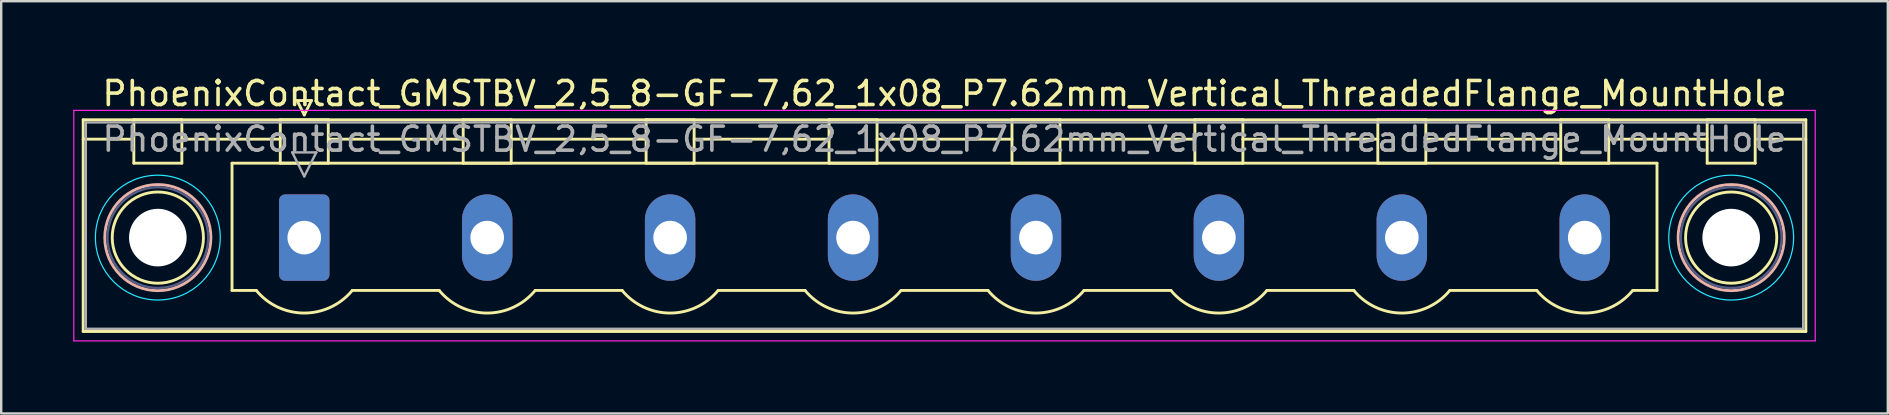
<source format=kicad_pcb>
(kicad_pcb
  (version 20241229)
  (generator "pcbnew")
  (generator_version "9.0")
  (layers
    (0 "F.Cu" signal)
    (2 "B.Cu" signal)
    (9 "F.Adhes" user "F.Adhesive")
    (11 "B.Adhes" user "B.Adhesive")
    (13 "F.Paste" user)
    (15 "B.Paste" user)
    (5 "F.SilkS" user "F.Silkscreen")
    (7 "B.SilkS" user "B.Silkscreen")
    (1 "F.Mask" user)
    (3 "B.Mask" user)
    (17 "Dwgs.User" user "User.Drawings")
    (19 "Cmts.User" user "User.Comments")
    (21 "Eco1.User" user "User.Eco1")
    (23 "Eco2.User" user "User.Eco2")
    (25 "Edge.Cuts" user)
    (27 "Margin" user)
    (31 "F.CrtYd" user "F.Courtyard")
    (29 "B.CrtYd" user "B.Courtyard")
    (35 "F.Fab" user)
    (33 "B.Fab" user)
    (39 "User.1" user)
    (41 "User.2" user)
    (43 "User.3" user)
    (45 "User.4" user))
  (footprint "PhoenixContact_GMSTBV_2,5_8-GF-7,62_1x08_P7.62mm_Vertical_ThreadedFlange_MountHole"
    (layer "F.Cu")
    (at 9.625 6.848)
    (property "Reference" "PhoenixContact_GMSTBV_2,5_8-GF-7,62_1x08_P7.62mm_Vertical_ThreadedFlange_MountHole" (at 26.67 -6 0) (layer "F.SilkS") (effects (font (size 1 1) (thickness 0.15))))
    (attr through_hole)
    (fp_line (start -9.21 -4.91) (end -9.21 3.91) (stroke (width 0.12) (type solid)) (layer "F.SilkS"))
    (fp_line (start -9.21 -4.1) (end -7.21 -4.1) (stroke (width 0.12) (type solid)) (layer "F.SilkS"))
    (fp_line (start -9.21 3.91) (end 62.55 3.91) (stroke (width 0.12) (type solid)) (layer "F.SilkS"))
    (fp_line (start -7.1 -4.91) (end -5.1 -4.91) (stroke (width 0.12) (type solid)) (layer "F.SilkS"))
    (fp_line (start -7.1 -3.1) (end -7.1 -4.91) (stroke (width 0.12) (type solid)) (layer "F.SilkS"))
    (fp_line (start -5.1 -4.91) (end -5.1 -3.1) (stroke (width 0.12) (type solid)) (layer "F.SilkS"))
    (fp_line (start -5.1 -4.1) (end -1 -4.1) (stroke (width 0.12) (type solid)) (layer "F.SilkS"))
    (fp_line (start -5.1 -3.1) (end -7.1 -3.1) (stroke (width 0.12) (type solid)) (layer "F.SilkS"))
    (fp_line (start -3.01 -3.1) (end 56.35 -3.1) (stroke (width 0.12) (type solid)) (layer "F.SilkS"))
    (fp_line (start -3.01 2.2) (end -3.01 -3.1) (stroke (width 0.12) (type solid)) (layer "F.SilkS"))
    (fp_line (start -2 2.2) (end -3.01 2.2) (stroke (width 0.12) (type solid)) (layer "F.SilkS"))
    (fp_line (start -1 -4.91) (end 1 -4.91) (stroke (width 0.12) (type solid)) (layer "F.SilkS"))
    (fp_line (start -1 -3.1) (end -1 -4.91) (stroke (width 0.12) (type solid)) (layer "F.SilkS"))
    (fp_line (start -0.3 -5.71) (end 0.3 -5.71) (stroke (width 0.12) (type solid)) (layer "F.SilkS"))
    (fp_line (start 0 -5.11) (end -0.3 -5.71) (stroke (width 0.12) (type solid)) (layer "F.SilkS"))
    (fp_line (start 0.3 -5.71) (end 0 -5.11) (stroke (width 0.12) (type solid)) (layer "F.SilkS"))
    (fp_line (start 1 -4.91) (end 1 -3.1) (stroke (width 0.12) (type solid)) (layer "F.SilkS"))
    (fp_line (start 1 -4.1) (end 6.62 -4.1) (stroke (width 0.12) (type solid)) (layer "F.SilkS"))
    (fp_line (start 1 -3.1) (end -1 -3.1) (stroke (width 0.12) (type solid)) (layer "F.SilkS"))
    (fp_line (start 2 2.2) (end 5.62 2.2) (stroke (width 0.12) (type solid)) (layer "F.SilkS"))
    (fp_line (start 6.62 -4.91) (end 8.62 -4.91) (stroke (width 0.12) (type solid)) (layer "F.SilkS"))
    (fp_line (start 6.62 -3.1) (end 6.62 -4.91) (stroke (width 0.12) (type solid)) (layer "F.SilkS"))
    (fp_line (start 8.62 -4.91) (end 8.62 -3.1) (stroke (width 0.12) (type solid)) (layer "F.SilkS"))
    (fp_line (start 8.62 -4.1) (end 14.24 -4.1) (stroke (width 0.12) (type solid)) (layer "F.SilkS"))
    (fp_line (start 8.62 -3.1) (end 6.62 -3.1) (stroke (width 0.12) (type solid)) (layer "F.SilkS"))
    (fp_line (start 9.62 2.2) (end 13.24 2.2) (stroke (width 0.12) (type solid)) (layer "F.SilkS"))
    (fp_line (start 14.24 -4.91) (end 16.24 -4.91) (stroke (width 0.12) (type solid)) (layer "F.SilkS"))
    (fp_line (start 14.24 -3.1) (end 14.24 -4.91) (stroke (width 0.12) (type solid)) (layer "F.SilkS"))
    (fp_line (start 16.24 -4.91) (end 16.24 -3.1) (stroke (width 0.12) (type solid)) (layer "F.SilkS"))
    (fp_line (start 16.24 -4.1) (end 21.86 -4.1) (stroke (width 0.12) (type solid)) (layer "F.SilkS"))
    (fp_line (start 16.24 -3.1) (end 14.24 -3.1) (stroke (width 0.12) (type solid)) (layer "F.SilkS"))
    (fp_line (start 17.24 2.2) (end 20.86 2.2) (stroke (width 0.12) (type solid)) (layer "F.SilkS"))
    (fp_line (start 21.86 -4.91) (end 23.86 -4.91) (stroke (width 0.12) (type solid)) (layer "F.SilkS"))
    (fp_line (start 21.86 -3.1) (end 21.86 -4.91) (stroke (width 0.12) (type solid)) (layer "F.SilkS"))
    (fp_line (start 23.86 -4.91) (end 23.86 -3.1) (stroke (width 0.12) (type solid)) (layer "F.SilkS"))
    (fp_line (start 23.86 -4.1) (end 29.48 -4.1) (stroke (width 0.12) (type solid)) (layer "F.SilkS"))
    (fp_line (start 23.86 -3.1) (end 21.86 -3.1) (stroke (width 0.12) (type solid)) (layer "F.SilkS"))
    (fp_line (start 24.86 2.2) (end 28.48 2.2) (stroke (width 0.12) (type solid)) (layer "F.SilkS"))
    (fp_line (start 29.48 -4.91) (end 31.48 -4.91) (stroke (width 0.12) (type solid)) (layer "F.SilkS"))
    (fp_line (start 29.48 -3.1) (end 29.48 -4.91) (stroke (width 0.12) (type solid)) (layer "F.SilkS"))
    (fp_line (start 31.48 -4.91) (end 31.48 -3.1) (stroke (width 0.12) (type solid)) (layer "F.SilkS"))
    (fp_line (start 31.48 -4.1) (end 37.1 -4.1) (stroke (width 0.12) (type solid)) (layer "F.SilkS"))
    (fp_line (start 31.48 -3.1) (end 29.48 -3.1) (stroke (width 0.12) (type solid)) (layer "F.SilkS"))
    (fp_line (start 32.48 2.2) (end 36.1 2.2) (stroke (width 0.12) (type solid)) (layer "F.SilkS"))
    (fp_line (start 37.1 -4.91) (end 39.1 -4.91) (stroke (width 0.12) (type solid)) (layer "F.SilkS"))
    (fp_line (start 37.1 -3.1) (end 37.1 -4.91) (stroke (width 0.12) (type solid)) (layer "F.SilkS"))
    (fp_line (start 39.1 -4.91) (end 39.1 -3.1) (stroke (width 0.12) (type solid)) (layer "F.SilkS"))
    (fp_line (start 39.1 -4.1) (end 44.72 -4.1) (stroke (width 0.12) (type solid)) (layer "F.SilkS"))
    (fp_line (start 39.1 -3.1) (end 37.1 -3.1) (stroke (width 0.12) (type solid)) (layer "F.SilkS"))
    (fp_line (start 40.1 2.2) (end 43.72 2.2) (stroke (width 0.12) (type solid)) (layer "F.SilkS"))
    (fp_line (start 44.72 -4.91) (end 46.72 -4.91) (stroke (width 0.12) (type solid)) (layer "F.SilkS"))
    (fp_line (start 44.72 -3.1) (end 44.72 -4.91) (stroke (width 0.12) (type solid)) (layer "F.SilkS"))
    (fp_line (start 46.72 -4.91) (end 46.72 -3.1) (stroke (width 0.12) (type solid)) (layer "F.SilkS"))
    (fp_line (start 46.72 -4.1) (end 52.34 -4.1) (stroke (width 0.12) (type solid)) (layer "F.SilkS"))
    (fp_line (start 46.72 -3.1) (end 44.72 -3.1) (stroke (width 0.12) (type solid)) (layer "F.SilkS"))
    (fp_line (start 47.72 2.2) (end 51.34 2.2) (stroke (width 0.12) (type solid)) (layer "F.SilkS"))
    (fp_line (start 52.34 -4.91) (end 54.34 -4.91) (stroke (width 0.12) (type solid)) (layer "F.SilkS"))
    (fp_line (start 52.34 -3.1) (end 52.34 -4.91) (stroke (width 0.12) (type solid)) (layer "F.SilkS"))
    (fp_line (start 54.34 -4.91) (end 54.34 -3.1) (stroke (width 0.12) (type solid)) (layer "F.SilkS"))
    (fp_line (start 54.34 -4.1) (end 58.44 -4.1) (stroke (width 0.12) (type solid)) (layer "F.SilkS"))
    (fp_line (start 54.34 -3.1) (end 52.34 -3.1) (stroke (width 0.12) (type solid)) (layer "F.SilkS"))
    (fp_line (start 56.35 -3.1) (end 56.35 2.2) (stroke (width 0.12) (type solid)) (layer "F.SilkS"))
    (fp_line (start 56.35 2.2) (end 55.34 2.2) (stroke (width 0.12) (type solid)) (layer "F.SilkS"))
    (fp_line (start 58.44 -4.91) (end 60.44 -4.91) (stroke (width 0.12) (type solid)) (layer "F.SilkS"))
    (fp_line (start 58.44 -3.1) (end 58.44 -4.91) (stroke (width 0.12) (type solid)) (layer "F.SilkS"))
    (fp_line (start 60.44 -4.91) (end 60.44 -3.1) (stroke (width 0.12) (type solid)) (layer "F.SilkS"))
    (fp_line (start 60.44 -3.1) (end 58.44 -3.1) (stroke (width 0.12) (type solid)) (layer "F.SilkS"))
    (fp_line (start 62.55 -4.91) (end -9.21 -4.91) (stroke (width 0.12) (type solid)) (layer "F.SilkS"))
    (fp_line (start 62.55 -4.1) (end 60.55 -4.1) (stroke (width 0.12) (type solid)) (layer "F.SilkS"))
    (fp_line (start 62.55 3.91) (end 62.55 -4.91) (stroke (width 0.12) (type solid)) (layer "F.SilkS"))
    (fp_arc (start 1.986842 2.215821) (mid -0.010289 3.142758) (end -2 2.2) (stroke (width 0.12) (type solid)) (layer "F.SilkS"))
    (fp_arc (start 9.606842 2.215821) (mid 7.609711 3.142758) (end 5.62 2.2) (stroke (width 0.12) (type solid)) (layer "F.SilkS"))
    (fp_arc (start 17.226842 2.215821) (mid 15.229711 3.142758) (end 13.24 2.2) (stroke (width 0.12) (type solid)) (layer "F.SilkS"))
    (fp_arc (start 24.846842 2.215821) (mid 22.849711 3.142758) (end 20.86 2.2) (stroke (width 0.12) (type solid)) (layer "F.SilkS"))
    (fp_arc (start 32.466842 2.215821) (mid 30.469711 3.142758) (end 28.48 2.2) (stroke (width 0.12) (type solid)) (layer "F.SilkS"))
    (fp_arc (start 40.086842 2.215821) (mid 38.089711 3.142758) (end 36.1 2.2) (stroke (width 0.12) (type solid)) (layer "F.SilkS"))
    (fp_arc (start 47.706842 2.215821) (mid 45.709711 3.142758) (end 43.72 2.2) (stroke (width 0.12) (type solid)) (layer "F.SilkS"))
    (fp_arc (start 55.326842 2.215821) (mid 53.329711 3.142758) (end 51.34 2.2) (stroke (width 0.12) (type solid)) (layer "F.SilkS"))
    (fp_circle (center -6.1 0) (end -4.2 0) (stroke (width 0.12) (type solid)) (fill no) (layer "F.SilkS"))
    (fp_circle (center 59.44 0) (end 61.34 0) (stroke (width 0.12) (type solid)) (fill no) (layer "F.SilkS"))
    (fp_circle (center -6.1 0) (end -3.89 0) (stroke (width 0.12) (type solid)) (fill no) (layer "B.SilkS"))
    (fp_circle (center 59.44 0) (end 61.65 0) (stroke (width 0.12) (type solid)) (fill no) (layer "B.SilkS"))
    (fp_circle (center -6.1 0) (end -3.5 0) (stroke (width 0.05) (type solid)) (fill no) (layer "B.CrtYd"))
    (fp_circle (center 59.44 0) (end 62.04 0) (stroke (width 0.05) (type solid)) (fill no) (layer "B.CrtYd"))
    (fp_line (start -9.6 -5.3) (end -9.6 4.3) (stroke (width 0.05) (type solid)) (layer "F.CrtYd"))
    (fp_line (start -9.6 4.3) (end 62.94 4.3) (stroke (width 0.05) (type solid)) (layer "F.CrtYd"))
    (fp_line (start 62.94 -5.3) (end -9.6 -5.3) (stroke (width 0.05) (type solid)) (layer "F.CrtYd"))
    (fp_line (start 62.94 4.3) (end 62.94 -5.3) (stroke (width 0.05) (type solid)) (layer "F.CrtYd"))
    (fp_circle (center -6.1 0) (end -4 0) (stroke (width 0.1) (type solid)) (fill no) (layer "B.Fab"))
    (fp_circle (center 59.44 0) (end 61.54 0) (stroke (width 0.1) (type solid)) (fill no) (layer "B.Fab"))
    (fp_line (start -9.1 -4.8) (end -9.1 3.8) (stroke (width 0.1) (type solid)) (layer "F.Fab"))
    (fp_line (start -9.1 3.8) (end 62.44 3.8) (stroke (width 0.1) (type solid)) (layer "F.Fab"))
    (fp_line (start -0.5 -3.55) (end 0.5 -3.55) (stroke (width 0.1) (type solid)) (layer "F.Fab"))
    (fp_line (start 0 -2.55) (end -0.5 -3.55) (stroke (width 0.1) (type solid)) (layer "F.Fab"))
    (fp_line (start 0.5 -3.55) (end 0 -2.55) (stroke (width 0.1) (type solid)) (layer "F.Fab"))
    (fp_line (start 62.44 -4.8) (end -9.1 -4.8) (stroke (width 0.1) (type solid)) (layer "F.Fab"))
    (fp_line (start 62.44 3.8) (end 62.44 -4.8) (stroke (width 0.1) (type solid)) (layer "F.Fab"))
    (fp_text user "${REFERENCE}" (at 26.67 -4.1 0) (layer "F.Fab") (effects (font (size 1 1) (thickness 0.15))))
    (pad "" np_thru_hole circle (at -6.1 0) (size 2.4 2.4) (drill 2.4) (layers "*.Cu" "*.Mask"))
    (pad "" np_thru_hole circle (at 59.44 0) (size 2.4 2.4) (drill 2.4) (layers "*.Cu" "*.Mask"))
    (pad "1" thru_hole roundrect (at 0 0) (size 2.1 3.6) (drill 1.4) (layers "*.Cu" "*.Mask") (roundrect_rratio 0.119))
    (pad "2" thru_hole oval (at 7.62 0) (size 2.1 3.6) (drill 1.4) (layers "*.Cu" "*.Mask"))
    (pad "3" thru_hole oval (at 15.24 0) (size 2.1 3.6) (drill 1.4) (layers "*.Cu" "*.Mask"))
    (pad "4" thru_hole oval (at 22.86 0) (size 2.1 3.6) (drill 1.4) (layers "*.Cu" "*.Mask"))
    (pad "5" thru_hole oval (at 30.48 0) (size 2.1 3.6) (drill 1.4) (layers "*.Cu" "*.Mask"))
    (pad "6" thru_hole oval (at 38.1 0) (size 2.1 3.6) (drill 1.4) (layers "*.Cu" "*.Mask"))
    (pad "7" thru_hole oval (at 45.72 0) (size 2.1 3.6) (drill 1.4) (layers "*.Cu" "*.Mask"))
    (pad "8" thru_hole oval (at 53.34 0) (size 2.1 3.6) (drill 1.4) (layers "*.Cu" "*.Mask")))
  (gr_rect
    (start -3 -3)
    (end 75.59 14.173)
    (stroke (width 0.1) (type default))
    (fill no)
    (layer "Edge.Cuts")))
</source>
